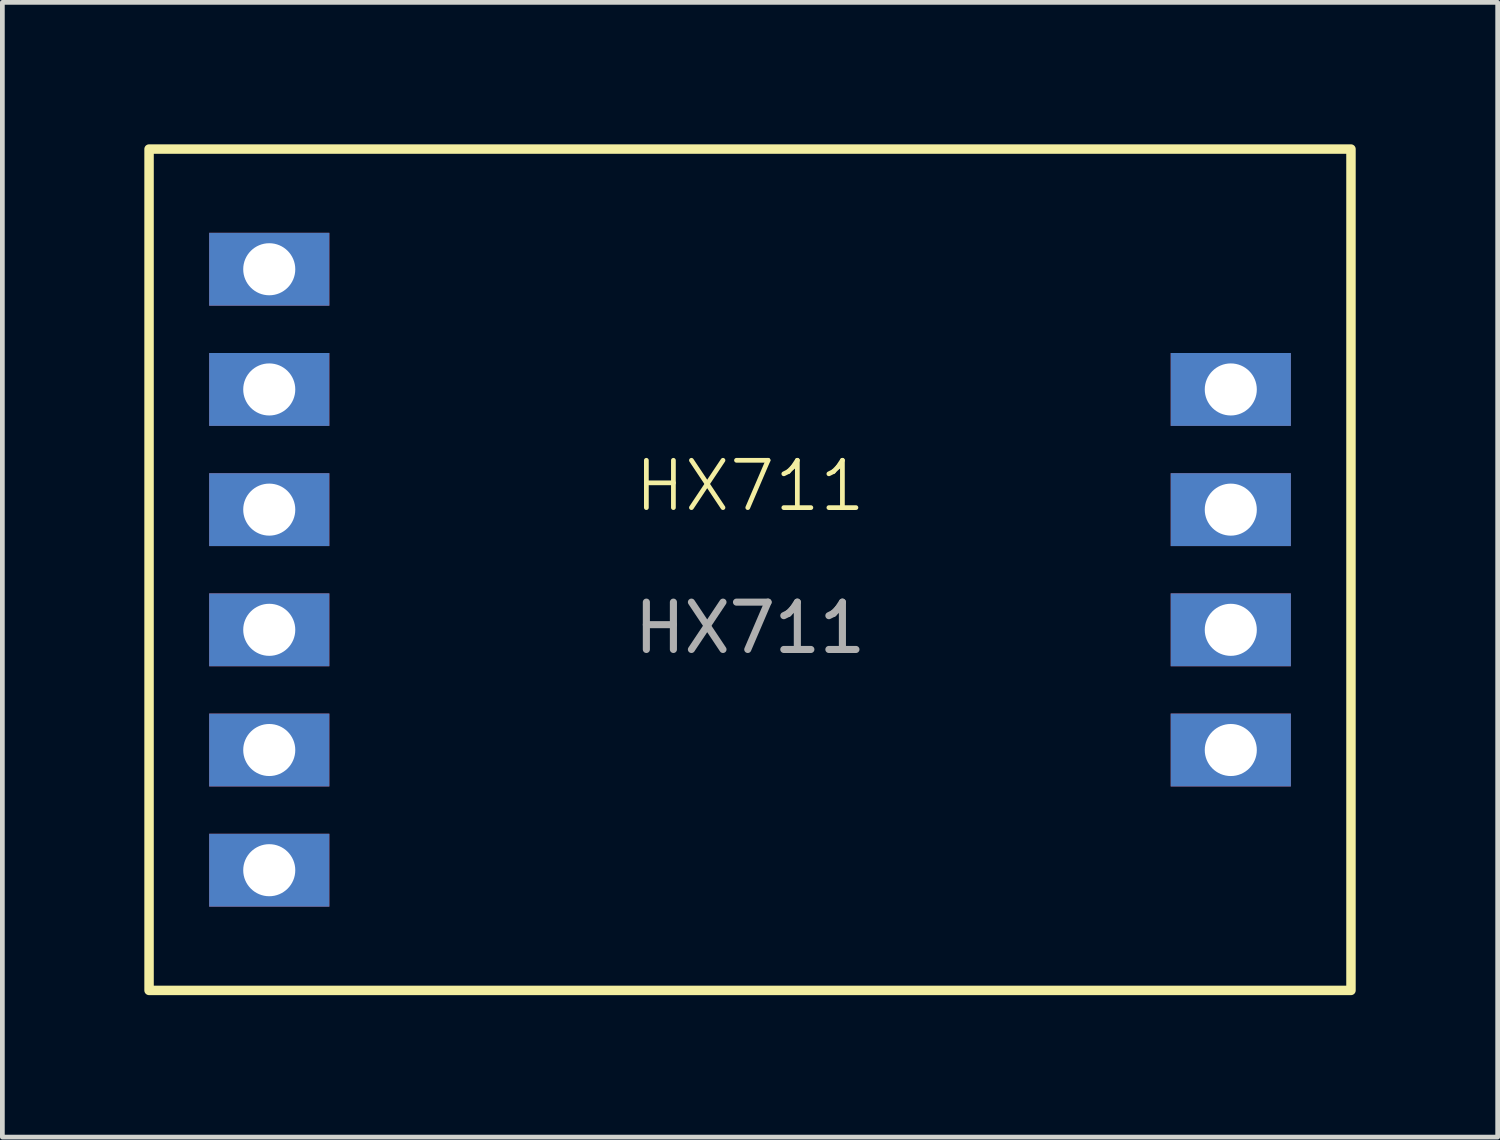
<source format=kicad_pcb>
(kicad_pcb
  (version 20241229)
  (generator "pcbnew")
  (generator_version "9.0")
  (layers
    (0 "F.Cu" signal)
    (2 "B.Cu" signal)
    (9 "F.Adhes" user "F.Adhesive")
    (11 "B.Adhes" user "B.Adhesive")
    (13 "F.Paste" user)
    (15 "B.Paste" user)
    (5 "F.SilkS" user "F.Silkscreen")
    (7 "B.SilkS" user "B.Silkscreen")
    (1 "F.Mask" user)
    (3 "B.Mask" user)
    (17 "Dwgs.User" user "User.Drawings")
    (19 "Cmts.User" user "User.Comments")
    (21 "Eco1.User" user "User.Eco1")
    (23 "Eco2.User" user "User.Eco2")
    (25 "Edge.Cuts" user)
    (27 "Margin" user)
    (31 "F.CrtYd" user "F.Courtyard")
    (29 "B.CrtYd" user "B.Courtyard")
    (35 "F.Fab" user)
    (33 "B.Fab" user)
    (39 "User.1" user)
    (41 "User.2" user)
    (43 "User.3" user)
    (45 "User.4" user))
  (footprint "HX711"
    (layer "F.Cu")
    (at 12.8 7.72)
    (property "Reference" "HX711" (at 0 -0.5 0) (unlocked yes) (layer "F.SilkS") (effects (font (size 1 1) (thickness 0.1))))
    (attr through_hole)
    (fp_rect (start -12.7 -7.62) (end 12.7 10.16) (stroke (width 0.2) (type solid)) (fill no) (layer "F.SilkS"))
    (fp_text user "${REFERENCE}" (at 0 2.5 0) (unlocked yes) (layer "F.Fab") (effects (font (size 1 1) (thickness 0.15))))
    (pad "1" thru_hole rect (at -10.16 7.62) (size 2.54 1.54) (drill 1.1) (layers "*.Cu" "*.Mask"))
    (pad "2" thru_hole rect (at -10.16 5.08) (size 2.54 1.54) (drill 1.1) (layers "*.Cu" "*.Mask"))
    (pad "3" thru_hole rect (at -10.16 2.54) (size 2.54 1.54) (drill 1.1) (layers "*.Cu" "*.Mask"))
    (pad "4" thru_hole rect (at -10.16 0) (size 2.54 1.54) (drill 1.1) (layers "*.Cu" "*.Mask"))
    (pad "5" thru_hole rect (at -10.16 -2.54) (size 2.54 1.54) (drill 1.1) (layers "*.Cu" "*.Mask"))
    (pad "6" thru_hole rect (at -10.16 -5.08) (size 2.54 1.54) (drill 1.1) (layers "*.Cu" "*.Mask"))
    (pad "7" thru_hole rect (at 10.16 5.08) (size 2.54 1.54) (drill 1.1) (layers "*.Cu" "*.Mask"))
    (pad "8" thru_hole rect (at 10.16 2.54) (size 2.54 1.54) (drill 1.1) (layers "*.Cu" "*.Mask"))
    (pad "9" thru_hole rect (at 10.16 0) (size 2.54 1.54) (drill 1.1) (layers "*.Cu" "*.Mask"))
    (pad "10" thru_hole rect (at 10.16 -2.54) (size 2.54 1.54) (drill 1.1) (layers "*.Cu" "*.Mask")))
  (gr_rect
    (start -3 -3)
    (end 28.6 20.98)
    (stroke (width 0.1) (type default))
    (fill no)
    (layer "Edge.Cuts")))
</source>
